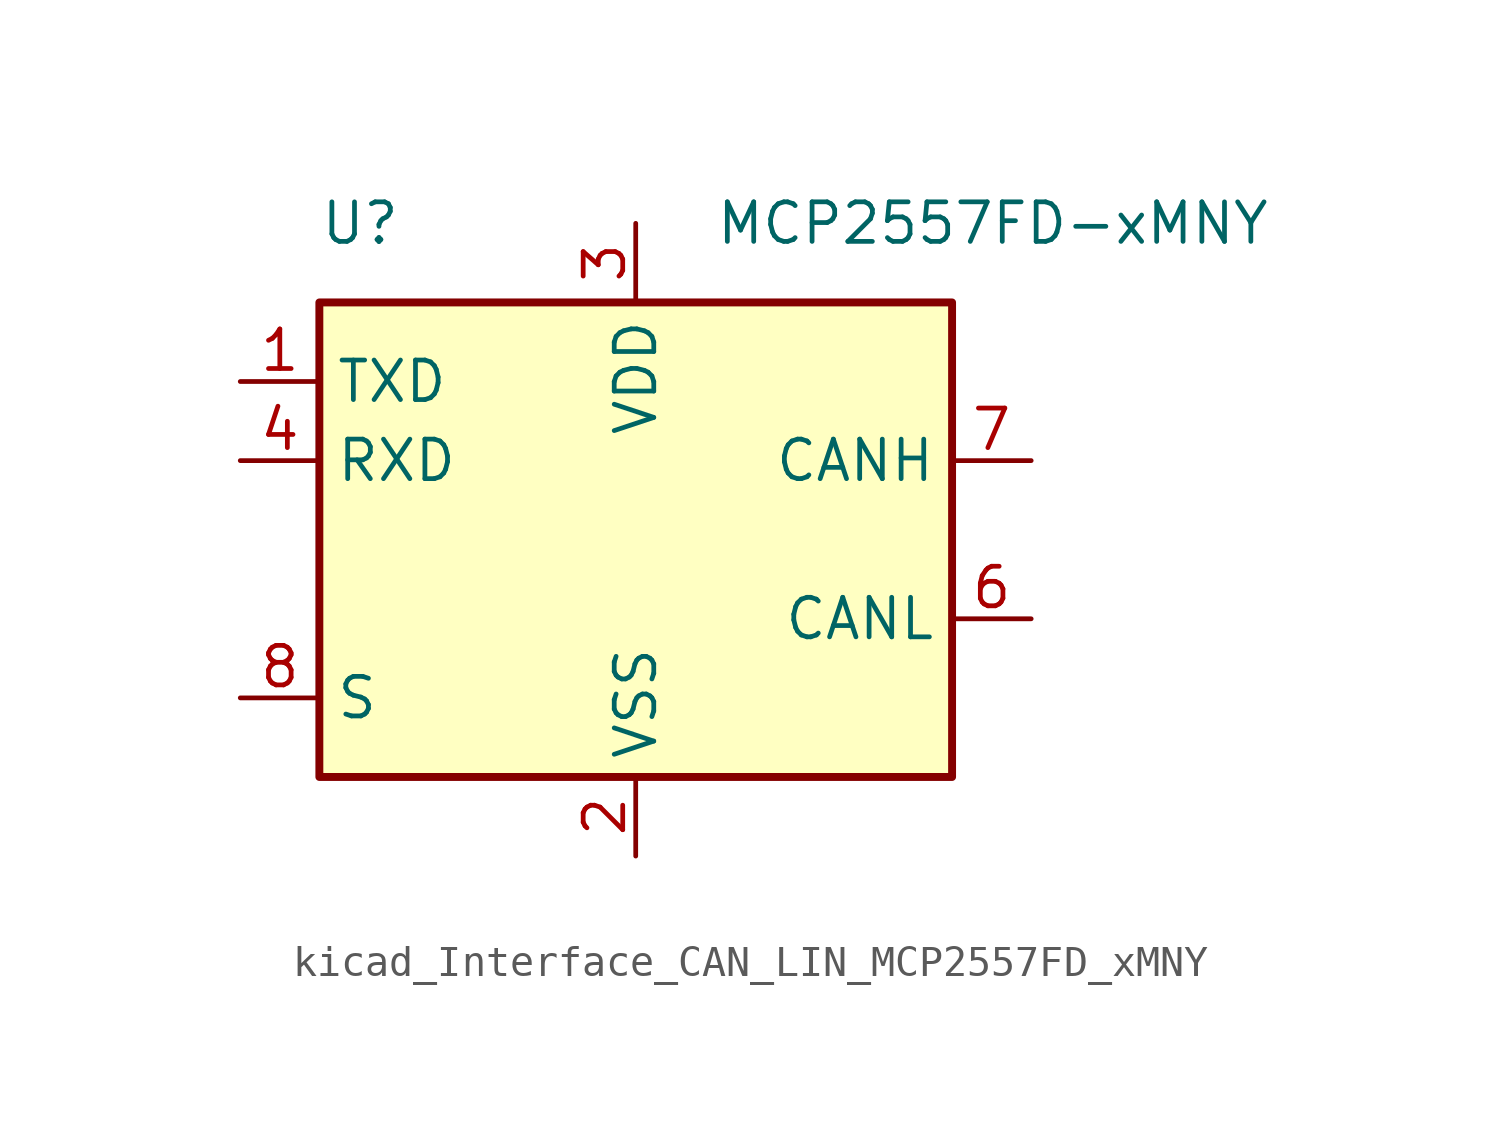
<source format=kicad_sym>
(kicad_symbol_lib
  (version 20220914)
  (generator kicad_symbol_editor)
  (symbol "kicad_Interface_CAN_LIN_MCP2557FD_xMNY"
    (property "Reference" "U"
      (at -10.16 10.16 0)
      (effects (font (size 1.27 1.27)) (justify left)))
    (property "Value" "MCP2557FD-xMNY"
      (at 2.54 10.16 0)
      (effects (font (size 1.27 1.27)) (justify left)))
    (symbol "kicad_Interface_CAN_LIN_MCP2557FD_xMNY_0_1"
      (rectangle (start -10.16 7.62) (end 10.16 -7.62) (stroke (width 0.254) (type default)) (fill (type background))))
    (symbol "kicad_Interface_CAN_LIN_MCP2557FD_xMNY_1_1"
      (pin input line (at -12.7 5.08 0) (length 2.54) (name "TXD" (effects (font (size 1.27 1.27)))) (number "1" (effects (font (size 1.27 1.27)))))
      (pin power_in line (at 0 -10.16 90) (length 2.54) (name "VSS" (effects (font (size 1.27 1.27)))) (number "2" (effects (font (size 1.27 1.27)))))
      (pin power_in line (at 0 10.16 270) (length 2.54) (name "VDD" (effects (font (size 1.27 1.27)))) (number "3" (effects (font (size 1.27 1.27)))))
      (pin output line (at -12.7 2.54 0) (length 2.54) (name "RXD" (effects (font (size 1.27 1.27)))) (number "4" (effects (font (size 1.27 1.27)))))
      (pin no_connect line (at -10.16 -2.54 0) (length 2.54) hide (name "NC" (effects (font (size 1.27 1.27)))) (number "5" (effects (font (size 1.27 1.27)))))
      (pin bidirectional line (at 12.7 -2.54 180) (length 2.54) (name "CANL" (effects (font (size 1.27 1.27)))) (number "6" (effects (font (size 1.27 1.27)))))
      (pin bidirectional line (at 12.7 2.54 180) (length 2.54) (name "CANH" (effects (font (size 1.27 1.27)))) (number "7" (effects (font (size 1.27 1.27)))))
      (pin input line (at -12.7 -5.08 0) (length 2.54) (name "S" (effects (font (size 1.27 1.27)))) (number "8" (effects (font (size 1.27 1.27)))))
      (pin passive line (at 0 -10.16 90) (length 2.54) hide (name "VSS" (effects (font (size 1.27 1.27)))) (number "9" (effects (font (size 1.27 1.27))))))))
</source>
